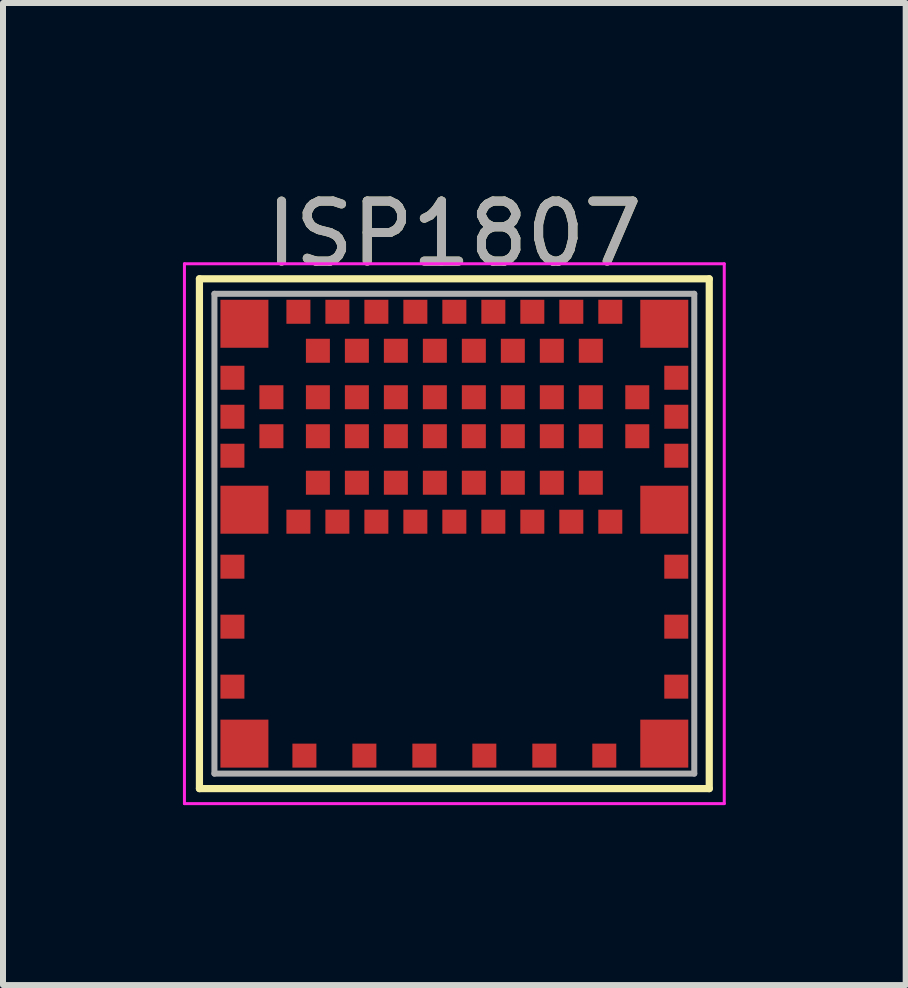
<source format=kicad_pcb>
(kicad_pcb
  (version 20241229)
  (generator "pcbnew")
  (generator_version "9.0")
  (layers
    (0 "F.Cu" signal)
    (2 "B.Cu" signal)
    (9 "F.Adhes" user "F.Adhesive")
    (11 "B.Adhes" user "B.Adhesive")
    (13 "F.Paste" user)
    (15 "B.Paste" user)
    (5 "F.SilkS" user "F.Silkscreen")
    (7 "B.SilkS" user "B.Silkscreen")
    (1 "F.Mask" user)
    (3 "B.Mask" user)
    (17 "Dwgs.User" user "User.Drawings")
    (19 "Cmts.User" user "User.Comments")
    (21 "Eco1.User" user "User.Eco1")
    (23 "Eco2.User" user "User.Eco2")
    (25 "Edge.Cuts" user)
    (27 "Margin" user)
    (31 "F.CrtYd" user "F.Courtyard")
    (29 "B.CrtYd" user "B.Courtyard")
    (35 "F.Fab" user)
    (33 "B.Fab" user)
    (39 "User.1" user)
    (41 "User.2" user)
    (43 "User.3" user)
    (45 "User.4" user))
  (footprint "ISP1807"
    (layer "F.Cu")
    (at 4.525 5.848)
    (property "Reference" "ISP1807" (at 0 -5 0) (layer "F.SilkS") (effects (font (size 1 1) (thickness 0.15))))
    (attr smd)
    (fp_line (start -4.25 -4.25) (end 4.25 -4.25) (stroke (width 0.12) (type solid)) (layer "F.SilkS"))
    (fp_line (start -4.25 4.25) (end -4.25 -4.25) (stroke (width 0.12) (type solid)) (layer "F.SilkS"))
    (fp_line (start -4.25 4.25) (end 4.25 4.25) (stroke (width 0.12) (type solid)) (layer "F.SilkS"))
    (fp_line (start 4.25 4.25) (end 4.25 -4.25) (stroke (width 0.12) (type solid)) (layer "F.SilkS"))
    (fp_line (start -4.5 -4.5) (end 4.5 -4.5) (stroke (width 0.05) (type solid)) (layer "F.CrtYd"))
    (fp_line (start -4.5 4.5) (end -4.5 -4.5) (stroke (width 0.05) (type solid)) (layer "F.CrtYd"))
    (fp_line (start 4.5 -4.5) (end 4.5 4.5) (stroke (width 0.05) (type solid)) (layer "F.CrtYd"))
    (fp_line (start 4.5 4.5) (end -4.5 4.5) (stroke (width 0.05) (type solid)) (layer "F.CrtYd"))
    (fp_line (start -4 4) (end -4 -4) (stroke (width 0.1) (type solid)) (layer "F.Fab"))
    (fp_line (start 4 -4) (end -4 -4) (stroke (width 0.1) (type solid)) (layer "F.Fab"))
    (fp_line (start 4 -4) (end 4 4) (stroke (width 0.1) (type solid)) (layer "F.Fab"))
    (fp_line (start 4 4) (end -4 4) (stroke (width 0.1) (type solid)) (layer "F.Fab"))
    (fp_text user "${REFERENCE}" (at 0 -5 0) (layer "F.Fab") (effects (font (size 1 1) (thickness 0.15))))
    (pad "1" smd rect (at -3.5 -3.5) (size 0.8 0.8) (layers "F.Cu" "F.Mask" "F.Paste"))
    (pad "2" smd rect (at -3.7 -2.6) (size 0.4 0.4) (layers "F.Cu" "F.Mask" "F.Paste"))
    (pad "3" smd rect (at -3.05 -2.275) (size 0.4 0.4) (layers "F.Cu" "F.Mask" "F.Paste"))
    (pad "4" smd rect (at -3.7 -1.95) (size 0.4 0.4) (layers "F.Cu" "F.Mask" "F.Paste"))
    (pad "5" smd rect (at -3.05 -1.625) (size 0.4 0.4) (layers "F.Cu" "F.Mask" "F.Paste"))
    (pad "6" smd rect (at -3.7 -1.3) (size 0.4 0.4) (layers "F.Cu" "F.Mask" "F.Paste"))
    (pad "7" smd rect (at -3.5 -0.4) (size 0.8 0.8) (layers "F.Cu" "F.Mask" "F.Paste"))
    (pad "8" smd rect (at -2.6 -0.2) (size 0.4 0.4) (layers "F.Cu" "F.Mask" "F.Paste"))
    (pad "9" smd rect (at -2.275 -0.85) (size 0.4 0.4) (layers "F.Cu" "F.Mask" "F.Paste"))
    (pad "10" smd rect (at -1.95 -0.2) (size 0.4 0.4) (layers "F.Cu" "F.Mask" "F.Paste"))
    (pad "11" smd rect (at -1.625 -0.85) (size 0.4 0.4) (layers "F.Cu" "F.Mask" "F.Paste"))
    (pad "12" smd rect (at -1.3 -0.2) (size 0.4 0.4) (layers "F.Cu" "F.Mask" "F.Paste"))
    (pad "13" smd rect (at -0.975 -0.85) (size 0.4 0.4) (layers "F.Cu" "F.Mask" "F.Paste"))
    (pad "14" smd rect (at -0.65 -0.2) (size 0.4 0.4) (layers "F.Cu" "F.Mask" "F.Paste"))
    (pad "15" smd rect (at -0.325 -0.85) (size 0.4 0.4) (layers "F.Cu" "F.Mask" "F.Paste"))
    (pad "16" smd rect (at 0 -0.2) (size 0.4 0.4) (layers "F.Cu" "F.Mask" "F.Paste"))
    (pad "17" smd rect (at 0.325 -0.85) (size 0.4 0.4) (layers "F.Cu" "F.Mask" "F.Paste"))
    (pad "18" smd rect (at 0.65 -0.2) (size 0.4 0.4) (layers "F.Cu" "F.Mask" "F.Paste"))
    (pad "19" smd rect (at 0.975 -0.85) (size 0.4 0.4) (layers "F.Cu" "F.Mask" "F.Paste"))
    (pad "20" smd rect (at 1.3 -0.2) (size 0.4 0.4) (layers "F.Cu" "F.Mask" "F.Paste"))
    (pad "21" smd rect (at 1.625 -0.85) (size 0.4 0.4) (layers "F.Cu" "F.Mask" "F.Paste"))
    (pad "22" smd rect (at 1.95 -0.2) (size 0.4 0.4) (layers "F.Cu" "F.Mask" "F.Paste"))
    (pad "23" smd rect (at 2.275 -0.85) (size 0.4 0.4) (layers "F.Cu" "F.Mask" "F.Paste"))
    (pad "24" smd rect (at 2.6 -0.2) (size 0.4 0.4) (layers "F.Cu" "F.Mask" "F.Paste"))
    (pad "25" smd rect (at 3.5 -0.4) (size 0.8 0.8) (layers "F.Cu" "F.Mask" "F.Paste"))
    (pad "26" smd rect (at 3.7 -1.3) (size 0.4 0.4) (layers "F.Cu" "F.Mask" "F.Paste"))
    (pad "27" smd rect (at 3.05 -1.625) (size 0.4 0.4) (layers "F.Cu" "F.Mask" "F.Paste"))
    (pad "28" smd rect (at 3.7 -1.95) (size 0.4 0.4) (layers "F.Cu" "F.Mask" "F.Paste"))
    (pad "29" smd rect (at 3.05 -2.275) (size 0.4 0.4) (layers "F.Cu" "F.Mask" "F.Paste"))
    (pad "30" smd rect (at 3.7 -2.6) (size 0.4 0.4) (layers "F.Cu" "F.Mask" "F.Paste"))
    (pad "31" smd rect (at 3.5 -3.5) (size 0.8 0.8) (layers "F.Cu" "F.Mask" "F.Paste"))
    (pad "32" smd rect (at 2.6 -3.7) (size 0.4 0.4) (layers "F.Cu" "F.Mask" "F.Paste"))
    (pad "33" smd rect (at 2.275 -3.05) (size 0.4 0.4) (layers "F.Cu" "F.Mask" "F.Paste"))
    (pad "34" smd rect (at 1.95 -3.7) (size 0.4 0.4) (layers "F.Cu" "F.Mask" "F.Paste"))
    (pad "35" smd rect (at 1.625 -3.05) (size 0.4 0.4) (layers "F.Cu" "F.Mask" "F.Paste"))
    (pad "36" smd rect (at 1.3 -3.7) (size 0.4 0.4) (layers "F.Cu" "F.Mask" "F.Paste"))
    (pad "37" smd rect (at 0.975 -3.05) (size 0.4 0.4) (layers "F.Cu" "F.Mask" "F.Paste"))
    (pad "38" smd rect (at 0.65 -3.7) (size 0.4 0.4) (layers "F.Cu" "F.Mask" "F.Paste"))
    (pad "39" smd rect (at 0.325 -3.05) (size 0.4 0.4) (layers "F.Cu" "F.Mask" "F.Paste"))
    (pad "40" smd rect (at 0 -3.7) (size 0.4 0.4) (layers "F.Cu" "F.Mask" "F.Paste"))
    (pad "41" smd rect (at -0.325 -3.05) (size 0.4 0.4) (layers "F.Cu" "F.Mask" "F.Paste"))
    (pad "42" smd rect (at -0.65 -3.7) (size 0.4 0.4) (layers "F.Cu" "F.Mask" "F.Paste"))
    (pad "43" smd rect (at -0.975 -3.05) (size 0.4 0.4) (layers "F.Cu" "F.Mask" "F.Paste"))
    (pad "44" smd rect (at -1.3 -3.7) (size 0.4 0.4) (layers "F.Cu" "F.Mask" "F.Paste"))
    (pad "45" smd rect (at -1.625 -3.05) (size 0.4 0.4) (layers "F.Cu" "F.Mask" "F.Paste"))
    (pad "46" smd rect (at -1.95 -3.7) (size 0.4 0.4) (layers "F.Cu" "F.Mask" "F.Paste"))
    (pad "47" smd rect (at -2.275 -3.05) (size 0.4 0.4) (layers "F.Cu" "F.Mask" "F.Paste"))
    (pad "48" smd rect (at -2.6 -3.7) (size 0.4 0.4) (layers "F.Cu" "F.Mask" "F.Paste"))
    (pad "49" smd rect (at 2.275 -2.275) (size 0.4 0.4) (layers "F.Cu" "F.Mask" "F.Paste"))
    (pad "50" smd rect (at 1.625 -2.275) (size 0.4 0.4) (layers "F.Cu" "F.Mask" "F.Paste"))
    (pad "51" smd rect (at 0.975 -2.275) (size 0.4 0.4) (layers "F.Cu" "F.Mask" "F.Paste"))
    (pad "52" smd rect (at 0.325 -2.275) (size 0.4 0.4) (layers "F.Cu" "F.Mask" "F.Paste"))
    (pad "53" smd rect (at -0.325 -2.275) (size 0.4 0.4) (layers "F.Cu" "F.Mask" "F.Paste"))
    (pad "54" smd rect (at -0.975 -2.275) (size 0.4 0.4) (layers "F.Cu" "F.Mask" "F.Paste"))
    (pad "55" smd rect (at -1.625 -2.275) (size 0.4 0.4) (layers "F.Cu" "F.Mask" "F.Paste"))
    (pad "56" smd rect (at -2.275 -2.275) (size 0.4 0.4) (layers "F.Cu" "F.Mask" "F.Paste"))
    (pad "57" smd rect (at 2.275 -1.625) (size 0.4 0.4) (layers "F.Cu" "F.Mask" "F.Paste"))
    (pad "58" smd rect (at 1.625 -1.625) (size 0.4 0.4) (layers "F.Cu" "F.Mask" "F.Paste"))
    (pad "59" smd rect (at 0.975 -1.625) (size 0.4 0.4) (layers "F.Cu" "F.Mask" "F.Paste"))
    (pad "60" smd rect (at 0.325 -1.625) (size 0.4 0.4) (layers "F.Cu" "F.Mask" "F.Paste"))
    (pad "61" smd rect (at -0.325 -1.625) (size 0.4 0.4) (layers "F.Cu" "F.Mask" "F.Paste"))
    (pad "62" smd rect (at -0.975 -1.625) (size 0.4 0.4) (layers "F.Cu" "F.Mask" "F.Paste"))
    (pad "63" smd rect (at -1.625 -1.625) (size 0.4 0.4) (layers "F.Cu" "F.Mask" "F.Paste"))
    (pad "64" smd rect (at -2.275 -1.625) (size 0.4 0.4) (layers "F.Cu" "F.Mask" "F.Paste"))
    (pad "65" smd rect (at -3.7 0.55) (size 0.4 0.4) (layers "F.Cu" "F.Mask" "F.Paste"))
    (pad "66" smd rect (at -3.7 1.55) (size 0.4 0.4) (layers "F.Cu" "F.Mask" "F.Paste"))
    (pad "67" smd rect (at -3.7 2.55) (size 0.4 0.4) (layers "F.Cu" "F.Mask" "F.Paste"))
    (pad "68" smd rect (at -3.5 3.5) (size 0.8 0.8) (layers "F.Cu" "F.Mask" "F.Paste"))
    (pad "69" smd rect (at -2.5 3.7) (size 0.4 0.4) (layers "F.Cu" "F.Mask" "F.Paste"))
    (pad "70" smd rect (at -1.5 3.7) (size 0.4 0.4) (layers "F.Cu" "F.Mask" "F.Paste"))
    (pad "71" smd rect (at -0.5 3.7) (size 0.4 0.4) (layers "F.Cu" "F.Mask" "F.Paste"))
    (pad "72" smd rect (at 0.5 3.7) (size 0.4 0.4) (layers "F.Cu" "F.Mask" "F.Paste"))
    (pad "73" smd rect (at 1.5 3.7) (size 0.4 0.4) (layers "F.Cu" "F.Mask" "F.Paste"))
    (pad "74" smd rect (at 2.5 3.7) (size 0.4 0.4) (layers "F.Cu" "F.Mask" "F.Paste"))
    (pad "75" smd rect (at 3.5 3.5) (size 0.8 0.8) (layers "F.Cu" "F.Mask" "F.Paste"))
    (pad "76" smd rect (at 3.7 2.55) (size 0.4 0.4) (layers "F.Cu" "F.Mask" "F.Paste"))
    (pad "77" smd rect (at 3.7 1.55) (size 0.4 0.4) (layers "F.Cu" "F.Mask" "F.Paste"))
    (pad "78" smd rect (at 3.7 0.55) (size 0.4 0.4) (layers "F.Cu" "F.Mask" "F.Paste")))
  (gr_rect
    (start -3 -3)
    (end 12.05 13.373)
    (stroke (width 0.1) (type default))
    (fill no)
    (layer "Edge.Cuts")))
</source>
